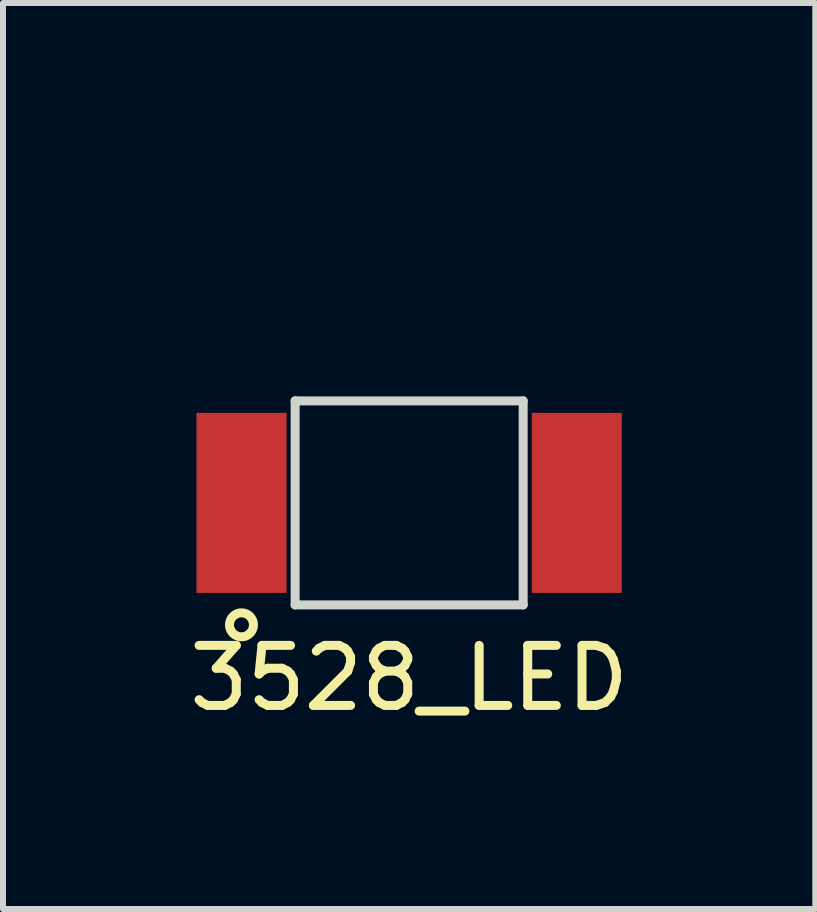
<source format=kicad_pcb>
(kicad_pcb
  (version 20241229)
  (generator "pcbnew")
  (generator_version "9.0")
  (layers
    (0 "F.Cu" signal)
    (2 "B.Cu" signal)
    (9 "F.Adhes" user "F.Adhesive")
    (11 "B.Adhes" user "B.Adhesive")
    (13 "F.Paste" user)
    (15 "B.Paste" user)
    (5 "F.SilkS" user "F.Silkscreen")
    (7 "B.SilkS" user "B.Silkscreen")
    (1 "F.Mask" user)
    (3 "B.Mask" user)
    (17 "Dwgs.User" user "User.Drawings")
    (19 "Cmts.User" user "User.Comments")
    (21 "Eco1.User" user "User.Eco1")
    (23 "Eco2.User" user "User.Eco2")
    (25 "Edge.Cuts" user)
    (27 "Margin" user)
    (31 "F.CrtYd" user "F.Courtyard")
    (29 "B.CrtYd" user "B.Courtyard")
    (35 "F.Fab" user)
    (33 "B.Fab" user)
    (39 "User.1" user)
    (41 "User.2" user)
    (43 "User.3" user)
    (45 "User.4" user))
  (footprint "3528_LED"
    (layer "F.Cu")
    (at 3.768 0.25)
    (property "Reference" "3528_LED" (at 0 8 0) (layer "F.SilkS") (effects (font (size 1 1) (thickness 0.15))))
    (attr smd)
    (fp_circle (center -2.794 7.112) (end -2.794 6.912) (stroke (width 0.15) (type solid)) (fill no) (layer "F.SilkS"))
    (fp_line (start -1.9 3.38) (end -1.9 6.78) (stroke (width 0.15) (type solid)) (layer "Edge.Cuts"))
    (fp_line (start 1.9 3.38) (end -1.9 3.38) (stroke (width 0.15) (type solid)) (layer "Edge.Cuts"))
    (fp_line (start 1.9 3.38) (end 1.9 6.78) (stroke (width 0.15) (type solid)) (layer "Edge.Cuts"))
    (fp_line (start 1.9 6.78) (end -1.9 6.78) (stroke (width 0.15) (type solid)) (layer "Edge.Cuts"))
    (pad "1" smd rect (at -2.794 5.08) (size 1.5 3) (layers "F.Cu" "F.Mask" "F.Paste"))
    (pad "2" smd rect (at 2.794 5.08) (size 1.5 3) (layers "F.Cu" "F.Mask" "F.Paste")))
  (gr_rect
    (start -3 -3)
    (end 10.536 12.098)
    (stroke (width 0.1) (type default))
    (fill no)
    (layer "Edge.Cuts")))
</source>
